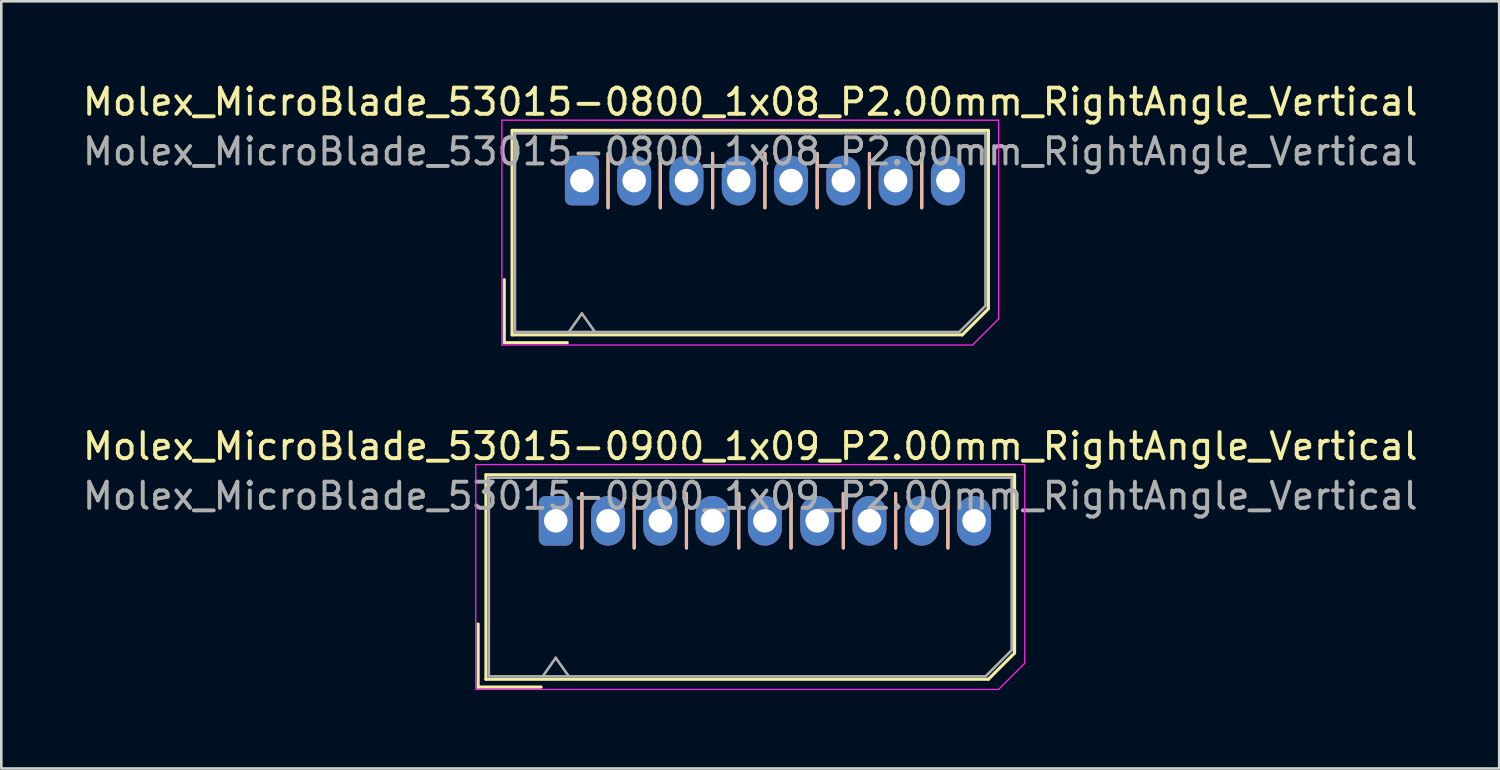
<source format=kicad_pcb>
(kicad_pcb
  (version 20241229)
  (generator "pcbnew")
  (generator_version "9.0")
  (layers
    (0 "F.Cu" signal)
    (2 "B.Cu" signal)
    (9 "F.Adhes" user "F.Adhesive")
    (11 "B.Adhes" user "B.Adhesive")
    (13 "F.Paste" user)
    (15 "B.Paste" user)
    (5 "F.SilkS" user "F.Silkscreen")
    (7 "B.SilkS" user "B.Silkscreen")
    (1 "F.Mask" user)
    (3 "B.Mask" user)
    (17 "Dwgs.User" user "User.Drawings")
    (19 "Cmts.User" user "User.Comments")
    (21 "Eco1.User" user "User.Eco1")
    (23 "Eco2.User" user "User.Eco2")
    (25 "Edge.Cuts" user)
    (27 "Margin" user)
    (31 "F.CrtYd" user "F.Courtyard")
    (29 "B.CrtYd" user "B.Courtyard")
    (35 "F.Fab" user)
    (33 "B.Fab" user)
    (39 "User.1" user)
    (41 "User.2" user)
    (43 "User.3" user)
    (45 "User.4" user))
  (footprint "Molex_MicroBlade_53015-0900_1x09_P2.00mm_RightAngle_Vertical"
    (layer "F.Cu")
    (at 18.209 16.872)
    (property "Reference" "Molex_MicroBlade_53015-0900_1x09_P2.00mm_RightAngle_Vertical" (at 7.44 -2.85 0) (layer "F.SilkS") (effects (font (size 1 1) (thickness 0.15))))
    (attr through_hole)
    (fp_line (start -2.97 3.95) (end -2.97 6.36) (stroke (width 0.12) (type solid)) (layer "F.SilkS"))
    (fp_line (start -2.97 6.36) (end -0.56 6.36) (stroke (width 0.12) (type solid)) (layer "F.SilkS"))
    (fp_line (start -2.67 -1.76) (end -2.67 6.06) (stroke (width 0.12) (type solid)) (layer "F.SilkS"))
    (fp_line (start -2.67 6.06) (end 16.55 6.06) (stroke (width 0.12) (type solid)) (layer "F.SilkS"))
    (fp_line (start 1 -1.04) (end 1 1.04) (stroke (width 0.12) (type default)) (layer "F.SilkS"))
    (fp_line (start 3 -1.04) (end 3 1.04) (stroke (width 0.12) (type default)) (layer "F.SilkS"))
    (fp_line (start 5 -1.04) (end 5 1.04) (stroke (width 0.12) (type default)) (layer "F.SilkS"))
    (fp_line (start 7 -1.04) (end 7 1.04) (stroke (width 0.12) (type default)) (layer "F.SilkS"))
    (fp_line (start 9 -1.04) (end 9 1.04) (stroke (width 0.12) (type default)) (layer "F.SilkS"))
    (fp_line (start 11 -1.04) (end 11 1.04) (stroke (width 0.12) (type default)) (layer "F.SilkS"))
    (fp_line (start 13 -1.04) (end 13 1.04) (stroke (width 0.12) (type default)) (layer "F.SilkS"))
    (fp_line (start 15 -1.04) (end 15 1.04) (stroke (width 0.12) (type default)) (layer "F.SilkS"))
    (fp_line (start 16.55 6.06) (end 17.55 5.06) (stroke (width 0.12) (type solid)) (layer "F.SilkS"))
    (fp_line (start 17.55 -1.76) (end -2.67 -1.76) (stroke (width 0.12) (type solid)) (layer "F.SilkS"))
    (fp_line (start 17.55 5.06) (end 17.55 -1.76) (stroke (width 0.12) (type solid)) (layer "F.SilkS"))
    (fp_line (start 1 -1.04) (end 1 1.04) (stroke (width 0.12) (type default)) (layer "B.SilkS"))
    (fp_line (start 3 -1.04) (end 3 1.04) (stroke (width 0.12) (type default)) (layer "B.SilkS"))
    (fp_line (start 5 -1.04) (end 5 1.04) (stroke (width 0.12) (type default)) (layer "B.SilkS"))
    (fp_line (start 7 -1.04) (end 7 1.04) (stroke (width 0.12) (type default)) (layer "B.SilkS"))
    (fp_line (start 9 -1.04) (end 9 1.04) (stroke (width 0.12) (type default)) (layer "B.SilkS"))
    (fp_line (start 11 -1.04) (end 11 1.04) (stroke (width 0.12) (type default)) (layer "B.SilkS"))
    (fp_line (start 13 -1.04) (end 13 1.04) (stroke (width 0.12) (type default)) (layer "B.SilkS"))
    (fp_line (start 15 -1.04) (end 15 1.04) (stroke (width 0.12) (type default)) (layer "B.SilkS"))
    (fp_line (start -3.06 -2.15) (end -3.06 6.45) (stroke (width 0.05) (type solid)) (layer "F.CrtYd"))
    (fp_line (start -3.06 6.45) (end 16.94 6.45) (stroke (width 0.05) (type solid)) (layer "F.CrtYd"))
    (fp_line (start 16.94 6.45) (end 17.94 5.45) (stroke (width 0.05) (type solid)) (layer "F.CrtYd"))
    (fp_line (start 17.94 -2.15) (end -3.06 -2.15) (stroke (width 0.05) (type solid)) (layer "F.CrtYd"))
    (fp_line (start 17.94 5.45) (end 17.94 -2.15) (stroke (width 0.05) (type solid)) (layer "F.CrtYd"))
    (fp_line (start -2.56 -1.65) (end -2.56 5.95) (stroke (width 0.1) (type solid)) (layer "F.Fab"))
    (fp_line (start -2.56 5.95) (end 16.44 5.95) (stroke (width 0.1) (type solid)) (layer "F.Fab"))
    (fp_line (start -0.5 5.95) (end 0 5.243) (stroke (width 0.1) (type solid)) (layer "F.Fab"))
    (fp_line (start 0 5.243) (end 0.5 5.95) (stroke (width 0.1) (type solid)) (layer "F.Fab"))
    (fp_line (start 16.44 5.95) (end 17.44 4.95) (stroke (width 0.1) (type solid)) (layer "F.Fab"))
    (fp_line (start 17.44 -1.65) (end -2.56 -1.65) (stroke (width 0.1) (type solid)) (layer "F.Fab"))
    (fp_line (start 17.44 4.95) (end 17.44 -1.65) (stroke (width 0.1) (type solid)) (layer "F.Fab"))
    (fp_text user "${REFERENCE}" (at 7.44 -0.95 0) (layer "F.Fab") (effects (font (size 1 1) (thickness 0.15))))
    (pad "1" thru_hole roundrect (at 0 0) (size 1.3 1.9) (drill 0.9) (layers "*.Cu" "*.Mask") (roundrect_rratio 0.192))
    (pad "2" thru_hole oval (at 2 0) (size 1.3 1.9) (drill 0.9) (layers "*.Cu" "*.Mask"))
    (pad "3" thru_hole oval (at 4 0) (size 1.3 1.9) (drill 0.9) (layers "*.Cu" "*.Mask"))
    (pad "4" thru_hole oval (at 6 0) (size 1.3 1.9) (drill 0.9) (layers "*.Cu" "*.Mask"))
    (pad "5" thru_hole oval (at 8 0) (size 1.3 1.9) (drill 0.9) (layers "*.Cu" "*.Mask"))
    (pad "6" thru_hole oval (at 10 0) (size 1.3 1.9) (drill 0.9) (layers "*.Cu" "*.Mask"))
    (pad "7" thru_hole oval (at 12 0) (size 1.3 1.9) (drill 0.9) (layers "*.Cu" "*.Mask"))
    (pad "8" thru_hole oval (at 14 0) (size 1.3 1.9) (drill 0.9) (layers "*.Cu" "*.Mask"))
    (pad "9" thru_hole oval (at 16 0) (size 1.3 1.9) (drill 0.9) (layers "*.Cu" "*.Mask")))
  (footprint "Molex_MicroBlade_53015-0800_1x08_P2.00mm_RightAngle_Vertical"
    (layer "F.Cu")
    (at 19.209 3.858)
    (property "Reference" "Molex_MicroBlade_53015-0800_1x08_P2.00mm_RightAngle_Vertical" (at 6.44 -3.01 0) (layer "F.SilkS") (effects (font (size 1 1) (thickness 0.15))))
    (attr through_hole)
    (fp_line (start -2.97 3.79) (end -2.97 6.2) (stroke (width 0.12) (type solid)) (layer "F.SilkS"))
    (fp_line (start -2.97 6.2) (end -0.56 6.2) (stroke (width 0.12) (type solid)) (layer "F.SilkS"))
    (fp_line (start -2.67 -1.92) (end -2.67 5.9) (stroke (width 0.12) (type solid)) (layer "F.SilkS"))
    (fp_line (start -2.67 5.9) (end 14.55 5.9) (stroke (width 0.12) (type solid)) (layer "F.SilkS"))
    (fp_line (start 1 -1.04) (end 1 1.04) (stroke (width 0.12) (type default)) (layer "F.SilkS"))
    (fp_line (start 3 -1.04) (end 3 1.04) (stroke (width 0.12) (type default)) (layer "F.SilkS"))
    (fp_line (start 5 -1.04) (end 5 1.04) (stroke (width 0.12) (type default)) (layer "F.SilkS"))
    (fp_line (start 7 -1.04) (end 7 1.04) (stroke (width 0.12) (type default)) (layer "F.SilkS"))
    (fp_line (start 9 -1.04) (end 9 1.04) (stroke (width 0.12) (type default)) (layer "F.SilkS"))
    (fp_line (start 11 -1.04) (end 11 1.04) (stroke (width 0.12) (type default)) (layer "F.SilkS"))
    (fp_line (start 13 -1.04) (end 13 1.04) (stroke (width 0.12) (type default)) (layer "F.SilkS"))
    (fp_line (start 14.55 5.9) (end 15.55 4.9) (stroke (width 0.12) (type solid)) (layer "F.SilkS"))
    (fp_line (start 15.55 -1.92) (end -2.67 -1.92) (stroke (width 0.12) (type solid)) (layer "F.SilkS"))
    (fp_line (start 15.55 4.9) (end 15.55 -1.92) (stroke (width 0.12) (type solid)) (layer "F.SilkS"))
    (fp_line (start 1 -1.04) (end 1 1.04) (stroke (width 0.12) (type default)) (layer "B.SilkS"))
    (fp_line (start 3 -1.04) (end 3 1.04) (stroke (width 0.12) (type default)) (layer "B.SilkS"))
    (fp_line (start 5 -1.04) (end 5 1.04) (stroke (width 0.12) (type default)) (layer "B.SilkS"))
    (fp_line (start 7 -1.04) (end 7 1.04) (stroke (width 0.12) (type default)) (layer "B.SilkS"))
    (fp_line (start 9 -1.04) (end 9 1.04) (stroke (width 0.12) (type default)) (layer "B.SilkS"))
    (fp_line (start 11 -1.04) (end 11 1.04) (stroke (width 0.12) (type default)) (layer "B.SilkS"))
    (fp_line (start 13 -1.04) (end 13 1.04) (stroke (width 0.12) (type default)) (layer "B.SilkS"))
    (fp_line (start -3.06 -2.31) (end -3.06 6.29) (stroke (width 0.05) (type solid)) (layer "F.CrtYd"))
    (fp_line (start -3.06 6.29) (end 14.94 6.29) (stroke (width 0.05) (type solid)) (layer "F.CrtYd"))
    (fp_line (start 14.94 6.29) (end 15.94 5.29) (stroke (width 0.05) (type solid)) (layer "F.CrtYd"))
    (fp_line (start 15.94 -2.31) (end -3.06 -2.31) (stroke (width 0.05) (type solid)) (layer "F.CrtYd"))
    (fp_line (start 15.94 5.29) (end 15.94 -2.31) (stroke (width 0.05) (type solid)) (layer "F.CrtYd"))
    (fp_line (start -2.56 -1.81) (end -2.56 5.79) (stroke (width 0.1) (type solid)) (layer "F.Fab"))
    (fp_line (start -2.56 5.79) (end 14.44 5.79) (stroke (width 0.1) (type solid)) (layer "F.Fab"))
    (fp_line (start -0.5 5.79) (end 0 5.083) (stroke (width 0.1) (type solid)) (layer "F.Fab"))
    (fp_line (start 0 5.083) (end 0.5 5.79) (stroke (width 0.1) (type solid)) (layer "F.Fab"))
    (fp_line (start 14.44 5.79) (end 15.44 4.79) (stroke (width 0.1) (type solid)) (layer "F.Fab"))
    (fp_line (start 15.44 -1.81) (end -2.56 -1.81) (stroke (width 0.1) (type solid)) (layer "F.Fab"))
    (fp_line (start 15.44 4.79) (end 15.44 -1.81) (stroke (width 0.1) (type solid)) (layer "F.Fab"))
    (fp_text user "${REFERENCE}" (at 6.44 -1.11 0) (layer "F.Fab") (effects (font (size 1 1) (thickness 0.15))))
    (pad "1" thru_hole roundrect (at 0 0) (size 1.3 1.9) (drill 0.9) (layers "*.Cu" "*.Mask") (roundrect_rratio 0.192))
    (pad "2" thru_hole oval (at 2 0) (size 1.3 1.9) (drill 0.9) (layers "*.Cu" "*.Mask"))
    (pad "3" thru_hole oval (at 4 0) (size 1.3 1.9) (drill 0.9) (layers "*.Cu" "*.Mask"))
    (pad "4" thru_hole oval (at 6 0) (size 1.3 1.9) (drill 0.9) (layers "*.Cu" "*.Mask"))
    (pad "5" thru_hole oval (at 8 0) (size 1.3 1.9) (drill 0.9) (layers "*.Cu" "*.Mask"))
    (pad "6" thru_hole oval (at 10 0) (size 1.3 1.9) (drill 0.9) (layers "*.Cu" "*.Mask"))
    (pad "7" thru_hole oval (at 12 0) (size 1.3 1.9) (drill 0.9) (layers "*.Cu" "*.Mask"))
    (pad "8" thru_hole oval (at 14 0) (size 1.3 1.9) (drill 0.9) (layers "*.Cu" "*.Mask")))
  (gr_rect
    (start -3 -3)
    (end 54.298 26.346)
    (stroke (width 0.1) (type default))
    (fill no)
    (layer "Edge.Cuts")))
</source>
